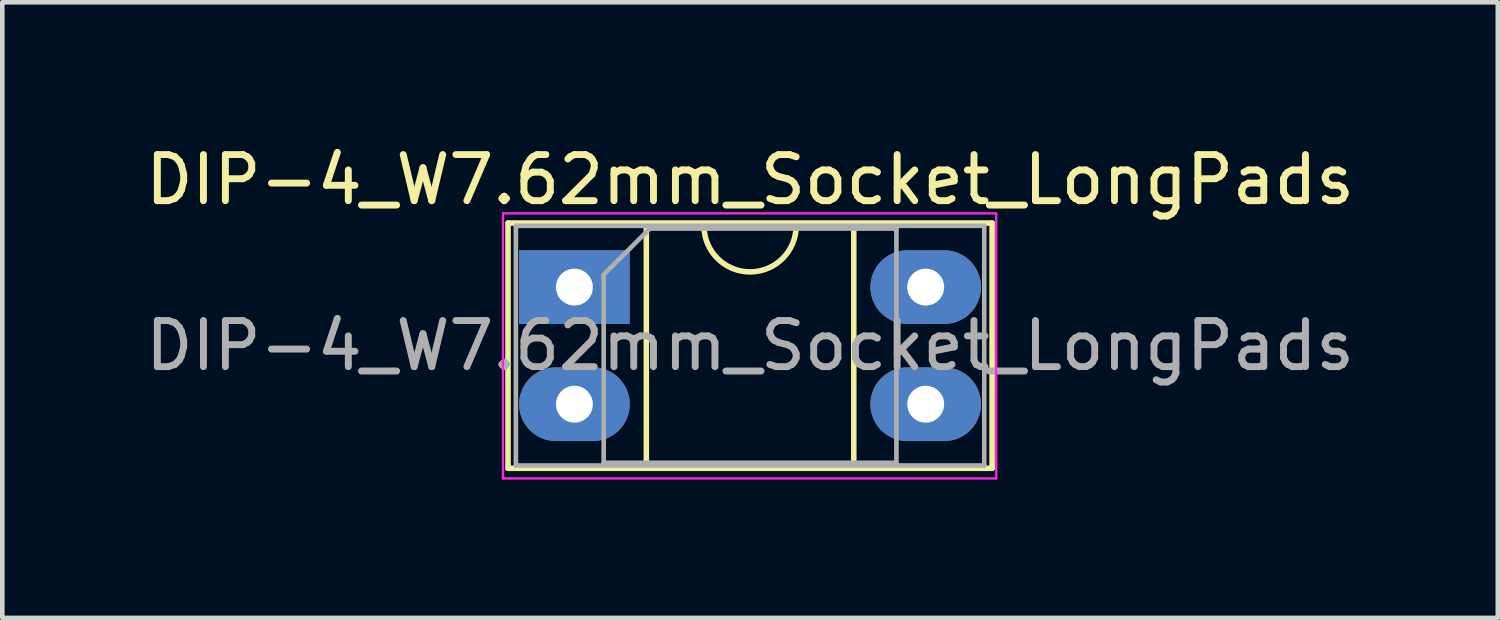
<source format=kicad_pcb>
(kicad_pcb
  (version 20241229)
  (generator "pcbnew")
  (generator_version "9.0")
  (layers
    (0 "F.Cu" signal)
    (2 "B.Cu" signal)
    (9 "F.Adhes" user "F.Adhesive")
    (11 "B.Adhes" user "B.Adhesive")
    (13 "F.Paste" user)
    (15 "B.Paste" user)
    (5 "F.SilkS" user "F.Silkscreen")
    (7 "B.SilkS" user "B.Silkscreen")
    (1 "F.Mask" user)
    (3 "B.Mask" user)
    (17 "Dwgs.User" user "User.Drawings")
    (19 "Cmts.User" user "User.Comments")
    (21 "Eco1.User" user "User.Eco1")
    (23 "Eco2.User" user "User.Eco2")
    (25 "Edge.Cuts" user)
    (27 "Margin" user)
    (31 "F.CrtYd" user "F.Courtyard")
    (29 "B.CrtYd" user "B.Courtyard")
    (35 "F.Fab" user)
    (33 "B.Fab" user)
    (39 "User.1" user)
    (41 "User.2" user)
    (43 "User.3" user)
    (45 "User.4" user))
  (footprint "DIP-4_W7.62mm_Socket_LongPads"
    (layer "F.Cu")
    (at 9.41 3.178)
    (property "Reference" "DIP-4_W7.62mm_Socket_LongPads" (at 3.81 -2.33 0) (layer "F.SilkS") (effects (font (size 1 1) (thickness 0.15))))
    (attr through_hole)
    (fp_line (start -1.44 -1.39) (end -1.44 3.93) (stroke (width 0.12) (type solid)) (layer "F.SilkS"))
    (fp_line (start -1.44 3.93) (end 9.06 3.93) (stroke (width 0.12) (type solid)) (layer "F.SilkS"))
    (fp_line (start 1.56 -1.33) (end 1.56 3.87) (stroke (width 0.12) (type solid)) (layer "F.SilkS"))
    (fp_line (start 1.56 3.87) (end 6.06 3.87) (stroke (width 0.12) (type solid)) (layer "F.SilkS"))
    (fp_line (start 2.81 -1.33) (end 1.56 -1.33) (stroke (width 0.12) (type solid)) (layer "F.SilkS"))
    (fp_line (start 6.06 -1.33) (end 4.81 -1.33) (stroke (width 0.12) (type solid)) (layer "F.SilkS"))
    (fp_line (start 6.06 3.87) (end 6.06 -1.33) (stroke (width 0.12) (type solid)) (layer "F.SilkS"))
    (fp_line (start 9.06 -1.39) (end -1.44 -1.39) (stroke (width 0.12) (type solid)) (layer "F.SilkS"))
    (fp_line (start 9.06 3.93) (end 9.06 -1.39) (stroke (width 0.12) (type solid)) (layer "F.SilkS"))
    (fp_arc (start 4.81 -1.33) (mid 3.81 -0.33) (end 2.81 -1.33) (stroke (width 0.12) (type solid)) (layer "F.SilkS"))
    (fp_line (start -1.55 -1.6) (end -1.55 4.15) (stroke (width 0.05) (type solid)) (layer "F.CrtYd"))
    (fp_line (start -1.55 4.15) (end 9.15 4.15) (stroke (width 0.05) (type solid)) (layer "F.CrtYd"))
    (fp_line (start 9.15 -1.6) (end -1.55 -1.6) (stroke (width 0.05) (type solid)) (layer "F.CrtYd"))
    (fp_line (start 9.15 4.15) (end 9.15 -1.6) (stroke (width 0.05) (type solid)) (layer "F.CrtYd"))
    (fp_line (start -1.27 -1.33) (end -1.27 3.87) (stroke (width 0.1) (type solid)) (layer "F.Fab"))
    (fp_line (start -1.27 3.87) (end 8.89 3.87) (stroke (width 0.1) (type solid)) (layer "F.Fab"))
    (fp_line (start 0.635 -0.27) (end 1.635 -1.27) (stroke (width 0.1) (type solid)) (layer "F.Fab"))
    (fp_line (start 0.635 3.81) (end 0.635 -0.27) (stroke (width 0.1) (type solid)) (layer "F.Fab"))
    (fp_line (start 1.635 -1.27) (end 6.985 -1.27) (stroke (width 0.1) (type solid)) (layer "F.Fab"))
    (fp_line (start 6.985 -1.27) (end 6.985 3.81) (stroke (width 0.1) (type solid)) (layer "F.Fab"))
    (fp_line (start 6.985 3.81) (end 0.635 3.81) (stroke (width 0.1) (type solid)) (layer "F.Fab"))
    (fp_line (start 8.89 -1.33) (end -1.27 -1.33) (stroke (width 0.1) (type solid)) (layer "F.Fab"))
    (fp_line (start 8.89 3.87) (end 8.89 -1.33) (stroke (width 0.1) (type solid)) (layer "F.Fab"))
    (fp_text user "${REFERENCE}" (at 3.81 1.27 0) (layer "F.Fab") (effects (font (size 1 1) (thickness 0.15))))
    (pad "1" thru_hole rect (at 0 0) (size 2.4 1.6) (drill 0.8) (layers "*.Cu" "*.Mask"))
    (pad "2" thru_hole oval (at 0 2.54) (size 2.4 1.6) (drill 0.8) (layers "*.Cu" "*.Mask"))
    (pad "3" thru_hole oval (at 7.62 2.54) (size 2.4 1.6) (drill 0.8) (layers "*.Cu" "*.Mask"))
    (pad "4" thru_hole oval (at 7.62 0) (size 2.4 1.6) (drill 0.8) (layers "*.Cu" "*.Mask")))
  (gr_rect
    (start -3 -3)
    (end 29.44 10.353)
    (stroke (width 0.1) (type default))
    (fill no)
    (layer "Edge.Cuts")))
</source>
